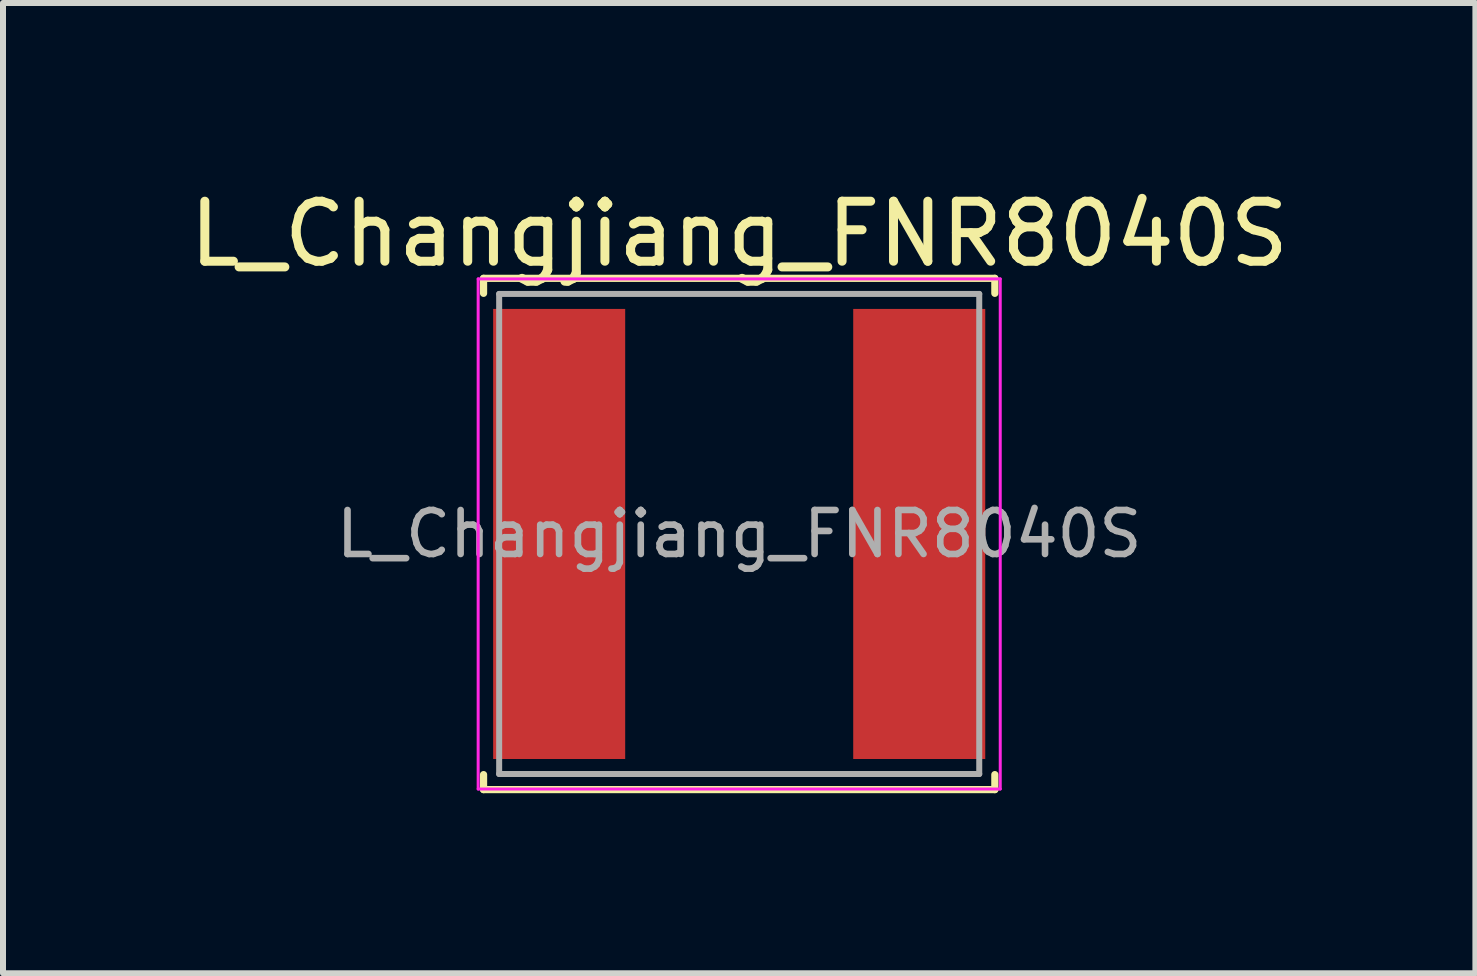
<source format=kicad_pcb>
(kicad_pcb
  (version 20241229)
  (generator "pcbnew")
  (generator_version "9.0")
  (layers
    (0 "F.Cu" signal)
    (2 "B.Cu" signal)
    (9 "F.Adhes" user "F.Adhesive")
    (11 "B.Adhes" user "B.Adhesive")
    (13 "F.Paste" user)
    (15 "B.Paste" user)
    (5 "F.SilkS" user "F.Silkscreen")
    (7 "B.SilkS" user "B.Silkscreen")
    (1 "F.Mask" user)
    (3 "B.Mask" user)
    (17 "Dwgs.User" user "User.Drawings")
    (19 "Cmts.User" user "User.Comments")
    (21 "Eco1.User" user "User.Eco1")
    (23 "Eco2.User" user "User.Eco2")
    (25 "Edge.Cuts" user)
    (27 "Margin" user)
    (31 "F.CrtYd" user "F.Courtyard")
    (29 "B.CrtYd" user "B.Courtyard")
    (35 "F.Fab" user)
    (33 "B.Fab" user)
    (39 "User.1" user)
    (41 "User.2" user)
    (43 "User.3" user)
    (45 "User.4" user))
  (footprint "L_Changjiang_FNR8040S"
    (layer "F.Cu")
    (at 9.268 5.848)
    (property "Reference" "L_Changjiang_FNR8040S" (at 0 -5 0) (layer "F.SilkS") (effects (font (size 1 1) (thickness 0.15))))
    (attr smd)
    (fp_line (start -4.26 -4.26) (end -4.26 -4.01) (stroke (width 0.12) (type solid)) (layer "F.SilkS"))
    (fp_line (start -4.26 -4.26) (end 4.26 -4.26) (stroke (width 0.12) (type solid)) (layer "F.SilkS"))
    (fp_line (start -4.26 4.26) (end -4.26 4.01) (stroke (width 0.12) (type solid)) (layer "F.SilkS"))
    (fp_line (start -4.26 4.26) (end 4.26 4.26) (stroke (width 0.12) (type solid)) (layer "F.SilkS"))
    (fp_line (start 4.26 -4.26) (end 4.26 -4.01) (stroke (width 0.12) (type solid)) (layer "F.SilkS"))
    (fp_line (start 4.26 4.26) (end 4.26 4.01) (stroke (width 0.12) (type solid)) (layer "F.SilkS"))
    (fp_line (start -4.35 -4.25) (end -4.35 4.25) (stroke (width 0.05) (type solid)) (layer "F.CrtYd"))
    (fp_line (start -4.35 4.25) (end 4.35 4.25) (stroke (width 0.05) (type solid)) (layer "F.CrtYd"))
    (fp_line (start 4.35 -4.25) (end -4.35 -4.25) (stroke (width 0.05) (type solid)) (layer "F.CrtYd"))
    (fp_line (start 4.35 4.25) (end 4.35 -4.25) (stroke (width 0.05) (type solid)) (layer "F.CrtYd"))
    (fp_line (start -4 -4) (end -4 4) (stroke (width 0.1) (type solid)) (layer "F.Fab"))
    (fp_line (start -4 4) (end 4 4) (stroke (width 0.1) (type solid)) (layer "F.Fab"))
    (fp_line (start 4 -4) (end -4 -4) (stroke (width 0.1) (type solid)) (layer "F.Fab"))
    (fp_line (start 4 4) (end 4 -4) (stroke (width 0.1) (type solid)) (layer "F.Fab"))
    (fp_text user "${REFERENCE}" (at 0 0 0) (layer "F.Fab") (effects (font (size 0.733 0.733) (thickness 0.11))))
    (pad "1" smd rect (at -3 0) (size 2.2 7.5) (layers "F.Cu" "F.Mask" "F.Paste"))
    (pad "2" smd rect (at 3 0) (size 2.2 7.5) (layers "F.Cu" "F.Mask" "F.Paste")))
  (gr_rect
    (start -3 -3)
    (end 21.536 13.168)
    (stroke (width 0.1) (type default))
    (fill no)
    (layer "Edge.Cuts")))
</source>
